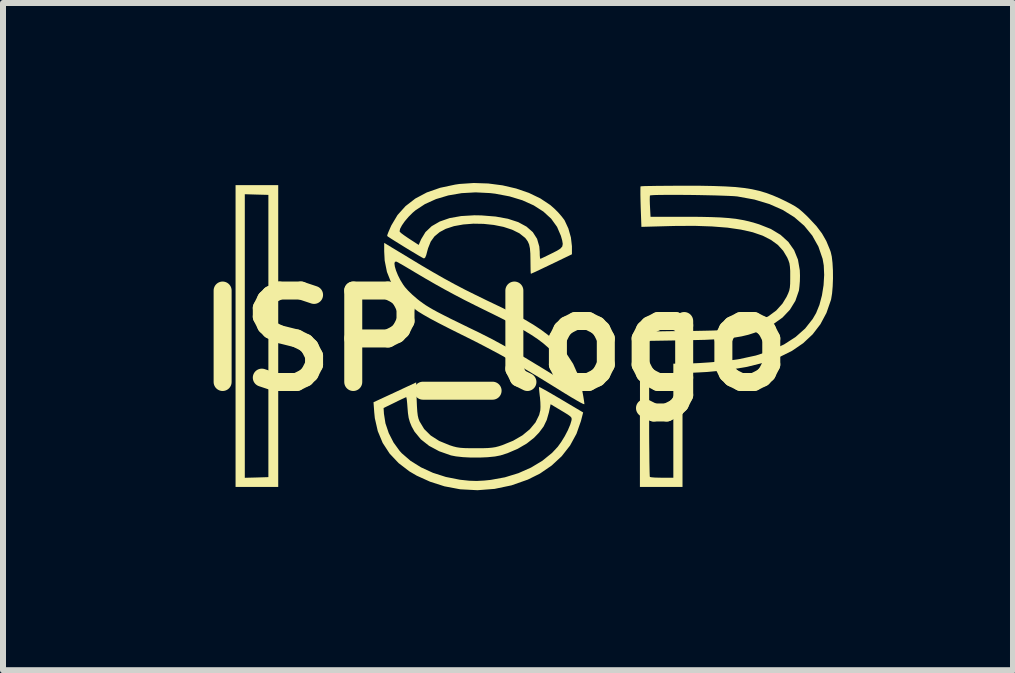
<source format=kicad_pcb>
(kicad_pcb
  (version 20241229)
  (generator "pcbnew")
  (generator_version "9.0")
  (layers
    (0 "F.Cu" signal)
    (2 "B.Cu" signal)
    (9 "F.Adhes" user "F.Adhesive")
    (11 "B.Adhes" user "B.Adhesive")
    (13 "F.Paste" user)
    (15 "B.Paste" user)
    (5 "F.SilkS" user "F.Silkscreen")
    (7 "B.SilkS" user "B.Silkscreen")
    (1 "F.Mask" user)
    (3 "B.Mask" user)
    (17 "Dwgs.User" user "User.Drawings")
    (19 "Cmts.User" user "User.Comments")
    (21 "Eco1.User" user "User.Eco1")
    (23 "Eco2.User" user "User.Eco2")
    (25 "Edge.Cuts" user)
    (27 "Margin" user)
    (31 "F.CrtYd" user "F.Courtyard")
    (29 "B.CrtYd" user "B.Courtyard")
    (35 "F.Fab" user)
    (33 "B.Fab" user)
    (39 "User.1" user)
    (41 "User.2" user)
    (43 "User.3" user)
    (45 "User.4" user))
  (footprint "ISP_logo"
    (layer "F.Cu")
    (at 5.196 2.627)
    (property "Reference" "ISP_logo" (at 0 0 0) (layer "F.SilkS") (effects (font (size 1.524 1.524) (thickness 0.3))))
    (attr board_only exclude_from_pos_files exclude_from_bom)
    (fp_poly (pts (xy -3.609 2.438) (xy -4.32 2.438) (xy -4.32 -2.44) (xy -4.166 -2.44) (xy -4.166 2.286) (xy -3.969 2.281) (xy -3.773 2.275) (xy -3.773 -2.429) (xy -3.969 -2.434) (xy -4.166 -2.44) (xy -4.32 -2.44) (xy -4.32 -2.592) (xy -3.609 -2.592)) (stroke (width 0) (type solid)) (fill yes) (layer "F.SilkS"))
    (fp_poly (pts (xy -1.454 -1.394) (xy -1.229 -1.258) (xy -1.028 -1.14) (xy -0.844 -1.035) (xy -0.67 -0.94) (xy -0.498 -0.85) (xy -0.321 -0.762) (xy -0.133 -0.67) (xy -0.093 -0.651) (xy 0.135 -0.542) (xy 0.331 -0.442) (xy 0.499 -0.351) (xy 0.644 -0.265) (xy 0.77 -0.182) (xy 0.881 -0.099) (xy 0.981 -0.013) (xy 1.073 0.077) (xy 1.203 0.228) (xy 1.306 0.387) (xy 1.384 0.563) (xy 1.443 0.763) (xy 1.461 0.849) (xy 1.476 0.932) (xy 1.487 1.001) (xy 1.493 1.046) (xy 1.493 1.06) (xy 1.476 1.056) (xy 1.431 1.034) (xy 1.364 0.996) (xy 1.28 0.947) (xy 1.183 0.888) (xy 1.171 0.881) (xy 0.939 0.737) (xy 0.736 0.612) (xy 0.554 0.503) (xy 0.391 0.406) (xy 0.242 0.319) (xy 0.101 0.239) (xy -0.037 0.165) (xy -0.175 0.092) (xy -0.318 0.018) (xy -0.472 -0.059) (xy -0.547 -0.096) (xy -0.757 -0.201) (xy -0.933 -0.291) (xy -1.078 -0.368) (xy -1.192 -0.433) (xy -1.278 -0.486) (xy -1.315 -0.513) (xy -1.489 -0.658) (xy -1.626 -0.809) (xy -1.728 -0.971) (xy -1.797 -1.145) (xy -1.825 -1.284) (xy -1.672 -1.284) (xy -1.665 -1.233) (xy -1.645 -1.166) (xy -1.614 -1.09) (xy -1.574 -1.01) (xy -1.526 -0.932) (xy -1.496 -0.891) (xy -1.444 -0.833) (xy -1.372 -0.763) (xy -1.292 -0.694) (xy -1.25 -0.661) (xy -1.202 -0.626) (xy -1.152 -0.591) (xy -1.095 -0.556) (xy -1.03 -0.518) (xy -0.951 -0.475) (xy -0.854 -0.425) (xy -0.738 -0.366) (xy -0.596 -0.297) (xy -0.427 -0.214) (xy -0.269 -0.138) (xy -0.038 -0.021) (xy 0.222 0.121) (xy 0.511 0.288) (xy 0.828 0.48) (xy 0.931 0.544) (xy 1.031 0.606) (xy 1.12 0.66) (xy 1.193 0.704) (xy 1.244 0.734) (xy 1.269 0.747) (xy 1.271 0.748) (xy 1.275 0.733) (xy 1.268 0.695) (xy 1.268 0.694) (xy 1.21 0.545) (xy 1.123 0.392) (xy 1.014 0.245) (xy 0.889 0.115) (xy 0.807 0.044) (xy 0.714 -0.026) (xy 0.606 -0.098) (xy 0.48 -0.174) (xy 0.331 -0.257) (xy 0.156 -0.349) (xy -0.05 -0.452) (xy -0.106 -0.479) (xy -0.319 -0.584) (xy -0.506 -0.678) (xy -0.674 -0.766) (xy -0.833 -0.852) (xy -0.991 -0.94) (xy -1.156 -1.035) (xy -1.337 -1.142) (xy -1.356 -1.154) (xy -1.446 -1.207) (xy -1.525 -1.254) (xy -1.589 -1.29) (xy -1.629 -1.312) (xy -1.639 -1.317) (xy -1.664 -1.314) (xy -1.672 -1.284) (xy -1.825 -1.284) (xy -1.835 -1.335) (xy -1.843 -1.49) (xy -1.843 -1.629)) (stroke (width 0) (type solid)) (fill yes) (layer "F.SilkS"))
    (fp_poly (pts (xy -0.109 -2.619) (xy 0.129 -2.588) (xy 0.357 -2.535) (xy 0.569 -2.462) (xy 0.76 -2.37) (xy 0.925 -2.26) (xy 0.989 -2.204) (xy 1.054 -2.14) (xy 1.113 -2.072) (xy 1.157 -2.015) (xy 1.165 -2.002) (xy 1.227 -1.868) (xy 1.269 -1.719) (xy 1.286 -1.573) (xy 1.286 -1.562) (xy 1.286 -1.439) (xy 0.948 -1.276) (xy 0.843 -1.226) (xy 0.751 -1.182) (xy 0.677 -1.147) (xy 0.625 -1.124) (xy 0.603 -1.114) (xy 0.602 -1.114) (xy 0.599 -1.131) (xy 0.597 -1.18) (xy 0.596 -1.252) (xy 0.595 -1.333) (xy 0.593 -1.451) (xy 0.586 -1.538) (xy 0.572 -1.604) (xy 0.549 -1.655) (xy 0.516 -1.701) (xy 0.503 -1.715) (xy 0.41 -1.789) (xy 0.288 -1.849) (xy 0.144 -1.896) (xy -0.016 -1.928) (xy -0.186 -1.946) (xy -0.357 -1.949) (xy -0.524 -1.936) (xy -0.68 -1.908) (xy -0.817 -1.863) (xy -0.918 -1.809) (xy -1.005 -1.737) (xy -1.067 -1.651) (xy -1.111 -1.541) (xy -1.124 -1.495) (xy -1.143 -1.423) (xy -1.16 -1.384) (xy -1.177 -1.371) (xy -1.186 -1.372) (xy -1.213 -1.386) (xy -1.264 -1.415) (xy -1.334 -1.457) (xy -1.416 -1.506) (xy -1.503 -1.559) (xy -1.588 -1.612) (xy -1.667 -1.661) (xy -1.732 -1.702) (xy -1.776 -1.731) (xy -1.793 -1.744) (xy -1.789 -1.766) (xy -1.771 -1.814) (xy -1.767 -1.822) (xy -1.586 -1.822) (xy -1.582 -1.813) (xy -1.559 -1.791) (xy -1.512 -1.756) (xy -1.448 -1.712) (xy -1.416 -1.691) (xy -1.268 -1.595) (xy -1.227 -1.69) (xy -1.155 -1.809) (xy -1.052 -1.907) (xy -0.917 -1.985) (xy -0.753 -2.042) (xy -0.561 -2.076) (xy -0.34 -2.089) (xy -0.222 -2.087) (xy 0.015 -2.068) (xy 0.219 -2.031) (xy 0.391 -1.975) (xy 0.529 -1.9) (xy 0.634 -1.808) (xy 0.705 -1.697) (xy 0.742 -1.569) (xy 0.749 -1.483) (xy 0.75 -1.421) (xy 0.754 -1.378) (xy 0.758 -1.363) (xy 0.778 -1.371) (xy 0.825 -1.393) (xy 0.891 -1.425) (xy 0.95 -1.454) (xy 1.037 -1.498) (xy 1.094 -1.534) (xy 1.125 -1.569) (xy 1.133 -1.612) (xy 1.124 -1.669) (xy 1.102 -1.747) (xy 1.038 -1.896) (xy 0.94 -2.032) (xy 0.81 -2.151) (xy 0.649 -2.254) (xy 0.46 -2.339) (xy 0.246 -2.404) (xy 0.007 -2.449) (xy -0.079 -2.459) (xy -0.319 -2.471) (xy -0.552 -2.458) (xy -0.774 -2.42) (xy -0.979 -2.359) (xy -1.163 -2.276) (xy -1.321 -2.172) (xy -1.368 -2.132) (xy -1.438 -2.062) (xy -1.5 -1.989) (xy -1.548 -1.92) (xy -1.578 -1.863) (xy -1.586 -1.822) (xy -1.767 -1.822) (xy -1.742 -1.88) (xy -1.724 -1.92) (xy -1.621 -2.093) (xy -1.487 -2.242) (xy -1.324 -2.368) (xy -1.132 -2.47) (xy -0.911 -2.547) (xy -0.662 -2.6) (xy -0.589 -2.611) (xy -0.35 -2.627)) (stroke (width 0) (type solid)) (fill yes) (layer "F.SilkS"))
    (fp_poly (pts (xy -1.302 0.977) (xy -1.297 1.096) (xy -1.291 1.185) (xy -1.283 1.25) (xy -1.271 1.301) (xy -1.254 1.345) (xy -1.254 1.345) (xy -1.177 1.473) (xy -1.068 1.581) (xy -0.926 1.672) (xy -0.753 1.743) (xy -0.691 1.763) (xy -0.635 1.777) (xy -0.576 1.786) (xy -0.505 1.791) (xy -0.412 1.793) (xy -0.317 1.793) (xy -0.201 1.793) (xy -0.113 1.79) (xy -0.046 1.784) (xy 0.012 1.775) (xy 0.07 1.76) (xy 0.125 1.742) (xy 0.305 1.669) (xy 0.459 1.58) (xy 0.584 1.477) (xy 0.679 1.363) (xy 0.74 1.239) (xy 0.759 1.161) (xy 0.762 1.104) (xy 0.76 1.026) (xy 0.753 0.941) (xy 0.751 0.931) (xy 0.743 0.859) (xy 0.738 0.804) (xy 0.738 0.774) (xy 0.739 0.772) (xy 0.756 0.779) (xy 0.802 0.804) (xy 0.871 0.842) (xy 0.959 0.893) (xy 1.06 0.952) (xy 1.109 0.981) (xy 1.473 1.197) (xy 1.436 1.341) (xy 1.362 1.552) (xy 1.255 1.748) (xy 1.116 1.926) (xy 0.948 2.082) (xy 0.753 2.216) (xy 0.552 2.316) (xy 0.279 2.412) (xy -0.003 2.471) (xy -0.288 2.493) (xy -0.573 2.478) (xy -0.591 2.475) (xy -0.839 2.428) (xy -1.079 2.351) (xy -1.302 2.25) (xy -1.423 2.179) (xy -1.603 2.041) (xy -1.752 1.883) (xy -1.868 1.705) (xy -1.95 1.508) (xy -1.999 1.293) (xy -2.009 1.193) (xy -2.014 1.123) (xy -1.853 1.123) (xy -1.847 1.219) (xy -1.822 1.378) (xy -1.767 1.541) (xy -1.687 1.698) (xy -1.586 1.837) (xy -1.549 1.878) (xy -1.404 2.003) (xy -1.229 2.112) (xy -1.031 2.203) (xy -0.815 2.272) (xy -0.588 2.317) (xy -0.566 2.32) (xy -0.426 2.335) (xy -0.301 2.339) (xy -0.173 2.332) (xy -0.067 2.321) (xy 0.169 2.278) (xy 0.394 2.209) (xy 0.604 2.116) (xy 0.792 2.003) (xy 0.954 1.872) (xy 1.05 1.769) (xy 1.108 1.688) (xy 1.167 1.592) (xy 1.219 1.492) (xy 1.258 1.399) (xy 1.278 1.333) (xy 1.282 1.306) (xy 1.277 1.284) (xy 1.258 1.262) (xy 1.22 1.234) (xy 1.157 1.195) (xy 1.11 1.167) (xy 0.931 1.06) (xy 0.902 1.198) (xy 0.866 1.323) (xy 0.814 1.431) (xy 0.738 1.533) (xy 0.655 1.619) (xy 0.533 1.715) (xy 0.382 1.803) (xy 0.212 1.876) (xy 0.096 1.913) (xy 0.003 1.931) (xy -0.117 1.943) (xy -0.253 1.949) (xy -0.394 1.949) (xy -0.53 1.942) (xy -0.648 1.929) (xy -0.73 1.913) (xy -0.926 1.844) (xy -1.094 1.754) (xy -1.232 1.645) (xy -1.338 1.516) (xy -1.385 1.431) (xy -1.415 1.358) (xy -1.435 1.288) (xy -1.447 1.207) (xy -1.454 1.124) (xy -1.46 1.045) (xy -1.466 0.984) (xy -1.473 0.948) (xy -1.476 0.942) (xy -1.497 0.951) (xy -1.545 0.973) (xy -1.612 1.005) (xy -1.67 1.034) (xy -1.853 1.123) (xy -2.014 1.123) (xy -2.021 1.027) (xy -1.665 0.862) (xy -1.31 0.696)) (stroke (width 0) (type solid)) (fill yes) (layer "F.SilkS"))
    (fp_poly (pts (xy 3.429 -2.581) (xy 3.65 -2.577) (xy 3.842 -2.57) (xy 4.01 -2.56) (xy 4.157 -2.544) (xy 4.288 -2.523) (xy 4.408 -2.496) (xy 4.522 -2.462) (xy 4.633 -2.421) (xy 4.747 -2.372) (xy 4.838 -2.328) (xy 4.935 -2.279) (xy 5.009 -2.237) (xy 5.073 -2.193) (xy 5.136 -2.139) (xy 5.211 -2.068) (xy 5.242 -2.036) (xy 5.361 -1.909) (xy 5.453 -1.787) (xy 5.525 -1.661) (xy 5.585 -1.517) (xy 5.599 -1.478) (xy 5.617 -1.4) (xy 5.629 -1.294) (xy 5.636 -1.169) (xy 5.637 -1.037) (xy 5.632 -0.906) (xy 5.622 -0.787) (xy 5.606 -0.69) (xy 5.601 -0.672) (xy 5.528 -0.462) (xy 5.427 -0.273) (xy 5.298 -0.105) (xy 5.14 0.043) (xy 4.953 0.171) (xy 4.735 0.279) (xy 4.486 0.367) (xy 4.205 0.437) (xy 3.892 0.489) (xy 3.545 0.522) (xy 3.403 0.53) (xy 3.129 0.543) (xy 3.129 2.438) (xy 2.419 2.438) (xy 2.419 1.186) (xy 2.42 1.132) (xy 2.573 1.132) (xy 2.573 1.336) (xy 2.573 1.529) (xy 2.574 1.707) (xy 2.576 1.867) (xy 2.577 2.005) (xy 2.579 2.118) (xy 2.581 2.202) (xy 2.583 2.255) (xy 2.585 2.272) (xy 2.609 2.277) (xy 2.662 2.282) (xy 2.735 2.284) (xy 2.787 2.285) (xy 2.976 2.285) (xy 2.976 0.384) (xy 3.115 0.384) (xy 3.25 0.381) (xy 3.407 0.374) (xy 3.575 0.363) (xy 3.742 0.349) (xy 3.897 0.332) (xy 4.03 0.315) (xy 4.074 0.308) (xy 4.352 0.248) (xy 4.601 0.166) (xy 4.822 0.063) (xy 5.013 -0.06) (xy 5.172 -0.201) (xy 5.299 -0.362) (xy 5.356 -0.46) (xy 5.411 -0.596) (xy 5.453 -0.755) (xy 5.48 -0.925) (xy 5.49 -1.095) (xy 5.483 -1.254) (xy 5.464 -1.363) (xy 5.394 -1.567) (xy 5.291 -1.751) (xy 5.157 -1.915) (xy 4.993 -2.057) (xy 4.799 -2.178) (xy 4.577 -2.276) (xy 4.328 -2.351) (xy 4.053 -2.401) (xy 4.041 -2.403) (xy 3.986 -2.408) (xy 3.902 -2.412) (xy 3.796 -2.416) (xy 3.672 -2.42) (xy 3.535 -2.423) (xy 3.39 -2.426) (xy 3.244 -2.428) (xy 3.1 -2.429) (xy 2.964 -2.429) (xy 2.842 -2.429) (xy 2.737 -2.428) (xy 2.657 -2.426) (xy 2.604 -2.422) (xy 2.586 -2.419) (xy 2.584 -2.397) (xy 2.583 -2.345) (xy 2.585 -2.274) (xy 2.587 -2.237) (xy 2.596 -2.064) (xy 3.204 -2.064) (xy 3.421 -2.063) (xy 3.605 -2.059) (xy 3.762 -2.053) (xy 3.898 -2.043) (xy 4.018 -2.03) (xy 4.128 -2.011) (xy 4.234 -1.988) (xy 4.341 -1.958) (xy 4.406 -1.938) (xy 4.601 -1.861) (xy 4.763 -1.763) (xy 4.892 -1.646) (xy 4.989 -1.508) (xy 5.053 -1.35) (xy 5.084 -1.172) (xy 5.087 -1.081) (xy 5.085 -0.991) (xy 5.078 -0.906) (xy 5.07 -0.839) (xy 5.067 -0.828) (xy 5.01 -0.663) (xy 4.919 -0.515) (xy 4.795 -0.384) (xy 4.639 -0.273) (xy 4.546 -0.223) (xy 4.438 -0.173) (xy 4.333 -0.132) (xy 4.227 -0.098) (xy 4.114 -0.071) (xy 3.99 -0.05) (xy 3.85 -0.034) (xy 3.688 -0.022) (xy 3.499 -0.013) (xy 3.279 -0.008) (xy 3.192 -0.006) (xy 2.573 0.004) (xy 2.573 1.132) (xy 2.42 1.132) (xy 2.42 0.934) (xy 2.42 0.719) (xy 2.42 0.536) (xy 2.421 0.383) (xy 2.422 0.257) (xy 2.424 0.156) (xy 2.426 0.075) (xy 2.429 0.014) (xy 2.432 -0.031) (xy 2.437 -0.064) (xy 2.441 -0.086) (xy 2.447 -0.101) (xy 2.453 -0.11) (xy 2.463 -0.122) (xy 2.474 -0.131) (xy 2.492 -0.138) (xy 2.521 -0.144) (xy 2.563 -0.148) (xy 2.623 -0.151) (xy 2.705 -0.154) (xy 2.814 -0.156) (xy 2.952 -0.158) (xy 3.124 -0.159) (xy 3.149 -0.16) (xy 3.34 -0.162) (xy 3.499 -0.165) (xy 3.628 -0.168) (xy 3.732 -0.172) (xy 3.816 -0.178) (xy 3.885 -0.185) (xy 3.944 -0.193) (xy 3.974 -0.199) (xy 4.203 -0.255) (xy 4.397 -0.323) (xy 4.559 -0.405) (xy 4.691 -0.502) (xy 4.794 -0.616) (xy 4.863 -0.729) (xy 4.89 -0.787) (xy 4.908 -0.835) (xy 4.918 -0.885) (xy 4.923 -0.947) (xy 4.924 -1.033) (xy 4.924 -1.065) (xy 4.924 -1.163) (xy 4.919 -1.234) (xy 4.911 -1.288) (xy 4.895 -1.336) (xy 4.874 -1.385) (xy 4.807 -1.497) (xy 4.718 -1.595) (xy 4.604 -1.678) (xy 4.465 -1.749) (xy 4.299 -1.806) (xy 4.104 -1.85) (xy 3.878 -1.883) (xy 3.62 -1.903) (xy 3.33 -1.913) (xy 3.004 -1.911) (xy 2.917 -1.909) (xy 2.444 -1.896) (xy 2.432 -2.228) (xy 2.429 -2.338) (xy 2.427 -2.433) (xy 2.427 -2.508) (xy 2.428 -2.556) (xy 2.43 -2.571) (xy 2.451 -2.573) (xy 2.506 -2.576) (xy 2.591 -2.577) (xy 2.702 -2.579) (xy 2.834 -2.58) (xy 2.983 -2.581) (xy 3.145 -2.582) (xy 3.174 -2.582)) (stroke (width 0) (type solid)) (fill yes) (layer "F.SilkS")))
  (gr_rect
    (start -3 -3)
    (end 13.833 8.12)
    (stroke (width 0.1) (type default))
    (fill no)
    (layer "Edge.Cuts")))
</source>
